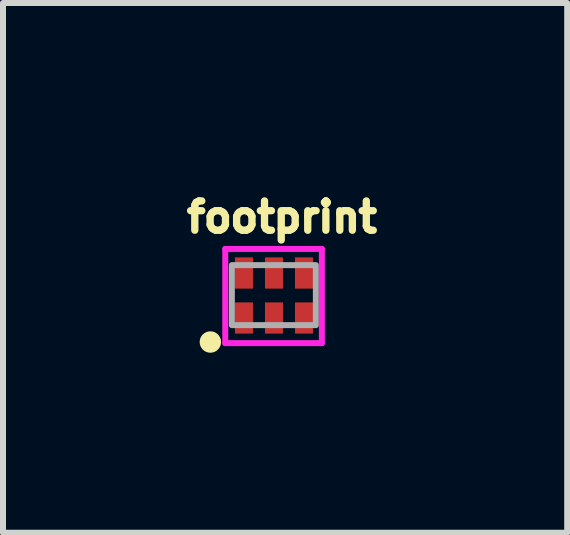
<source format=kicad_pcb>
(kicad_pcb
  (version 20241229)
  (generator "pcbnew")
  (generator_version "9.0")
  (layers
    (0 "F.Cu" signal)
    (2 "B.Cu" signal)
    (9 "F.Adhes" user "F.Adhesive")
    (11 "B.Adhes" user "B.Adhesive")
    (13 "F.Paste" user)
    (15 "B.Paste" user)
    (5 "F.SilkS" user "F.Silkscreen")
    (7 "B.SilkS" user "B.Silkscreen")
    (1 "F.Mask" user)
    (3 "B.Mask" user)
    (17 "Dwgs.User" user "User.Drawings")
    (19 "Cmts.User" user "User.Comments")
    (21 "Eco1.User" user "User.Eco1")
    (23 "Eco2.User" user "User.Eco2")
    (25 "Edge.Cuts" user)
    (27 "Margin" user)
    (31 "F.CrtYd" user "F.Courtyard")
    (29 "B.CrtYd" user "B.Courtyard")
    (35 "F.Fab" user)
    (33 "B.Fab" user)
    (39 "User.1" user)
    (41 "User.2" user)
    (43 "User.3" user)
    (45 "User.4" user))
  (footprint "footprint"
    (layer "F.Cu")
    (at 1.524 1.869)
    (property "Reference" "footprint" (at -1.524 -1.016 0) (layer "F.SilkS") (effects (font (size 0.488 0.488) (thickness 0.122)) (justify left bottom)))
    (fp_poly (pts (xy -0.708 -0.039) (xy -0.308 -0.039) (xy -0.308 -0.659) (xy -0.708 -0.659)) (stroke (width 0) (type solid)) (fill yes) (layer "F.Mask"))
    (fp_poly (pts (xy -0.708 0.681) (xy -0.308 0.681) (xy -0.308 0.061) (xy -0.708 0.061)) (stroke (width 0) (type solid)) (fill yes) (layer "F.Mask"))
    (fp_poly (pts (xy -0.208 -0.039) (xy 0.192 -0.039) (xy 0.192 -0.659) (xy -0.208 -0.659)) (stroke (width 0) (type solid)) (fill yes) (layer "F.Mask"))
    (fp_poly (pts (xy -0.208 0.681) (xy 0.192 0.681) (xy 0.192 0.061) (xy -0.208 0.061)) (stroke (width 0) (type solid)) (fill yes) (layer "F.Mask"))
    (fp_poly (pts (xy 0.292 -0.039) (xy 0.692 -0.039) (xy 0.692 -0.659) (xy 0.292 -0.659)) (stroke (width 0) (type solid)) (fill yes) (layer "F.Mask"))
    (fp_poly (pts (xy 0.292 0.681) (xy 0.692 0.681) (xy 0.692 0.061) (xy 0.292 0.061)) (stroke (width 0) (type solid)) (fill yes) (layer "F.Mask"))
    (fp_circle (center -1.068 0.781) (end -0.979 0.781) (stroke (width 0.179) (type solid)) (fill yes) (layer "F.SilkS"))
    (fp_poly (pts (xy -0.628 -0.159) (xy -0.388 -0.159) (xy -0.388 -0.599) (xy -0.628 -0.599)) (stroke (width 0) (type solid)) (fill yes) (layer "F.Paste"))
    (fp_poly (pts (xy -0.628 0.601) (xy -0.388 0.601) (xy -0.388 0.161) (xy -0.628 0.161)) (stroke (width 0) (type solid)) (fill yes) (layer "F.Paste"))
    (fp_poly (pts (xy -0.128 -0.159) (xy 0.112 -0.159) (xy 0.112 -0.599) (xy -0.128 -0.599)) (stroke (width 0) (type solid)) (fill yes) (layer "F.Paste"))
    (fp_poly (pts (xy -0.128 0.601) (xy 0.112 0.601) (xy 0.112 0.161) (xy -0.128 0.161)) (stroke (width 0) (type solid)) (fill yes) (layer "F.Paste"))
    (fp_poly (pts (xy 0.372 -0.159) (xy 0.612 -0.159) (xy 0.612 -0.599) (xy 0.372 -0.599)) (stroke (width 0) (type solid)) (fill yes) (layer "F.Paste"))
    (fp_poly (pts (xy 0.372 0.601) (xy 0.612 0.601) (xy 0.612 0.161) (xy 0.372 0.161)) (stroke (width 0) (type solid)) (fill yes) (layer "F.Paste"))
    (fp_line (start -0.82 -0.77) (end -0.82 0.8) (stroke (width 0.1) (type solid)) (layer "F.CrtYd"))
    (fp_line (start -0.82 0.8) (end 0.79 0.8) (stroke (width 0.1) (type solid)) (layer "F.CrtYd"))
    (fp_line (start 0.79 -0.77) (end -0.82 -0.77) (stroke (width 0.1) (type solid)) (layer "F.CrtYd"))
    (fp_line (start 0.79 0.8) (end 0.79 -0.77) (stroke (width 0.1) (type solid)) (layer "F.CrtYd"))
    (fp_poly (pts (xy -0.71 0.5) (xy 0.69 0.5) (xy 0.69 -0.5) (xy -0.71 -0.5)) (stroke (width 0.1) (type solid)) (fill no) (layer "F.Fab"))
    (pad "P1" smd rect (at -0.508 0.381 180) (size 0.3 0.52) (layers "F.Cu"))
    (pad "P2" smd rect (at -0.008 0.381 180) (size 0.3 0.52) (layers "F.Cu"))
    (pad "P3" smd rect (at 0.492 0.381 180) (size 0.3 0.52) (layers "F.Cu"))
    (pad "P4" smd rect (at 0.492 -0.369 180) (size 0.3 0.52) (layers "F.Cu"))
    (pad "P5" smd rect (at -0.008 -0.369 180) (size 0.3 0.52) (layers "F.Cu"))
    (pad "P6" smd rect (at -0.508 -0.369 180) (size 0.3 0.52) (layers "F.Cu")))
  (gr_rect
    (start -3 -3)
    (end 6.403 5.829)
    (stroke (width 0.1) (type default))
    (fill no)
    (layer "Edge.Cuts")))
</source>
